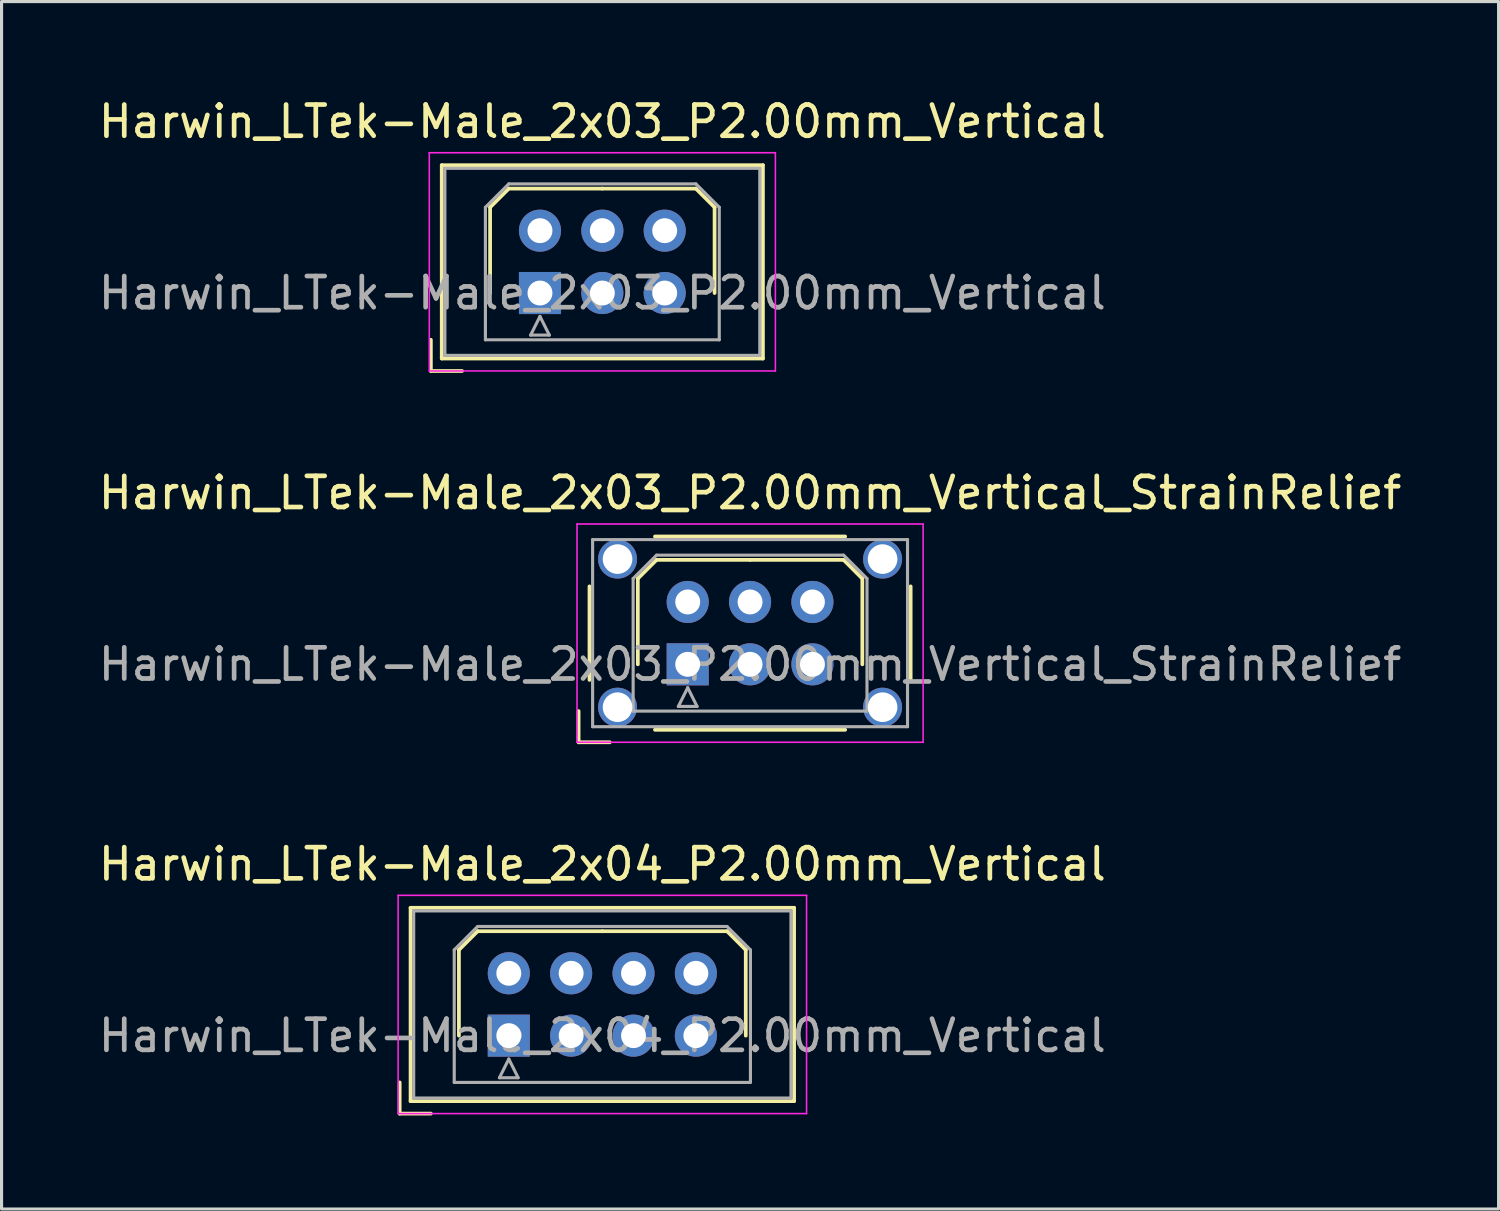
<source format=kicad_pcb>
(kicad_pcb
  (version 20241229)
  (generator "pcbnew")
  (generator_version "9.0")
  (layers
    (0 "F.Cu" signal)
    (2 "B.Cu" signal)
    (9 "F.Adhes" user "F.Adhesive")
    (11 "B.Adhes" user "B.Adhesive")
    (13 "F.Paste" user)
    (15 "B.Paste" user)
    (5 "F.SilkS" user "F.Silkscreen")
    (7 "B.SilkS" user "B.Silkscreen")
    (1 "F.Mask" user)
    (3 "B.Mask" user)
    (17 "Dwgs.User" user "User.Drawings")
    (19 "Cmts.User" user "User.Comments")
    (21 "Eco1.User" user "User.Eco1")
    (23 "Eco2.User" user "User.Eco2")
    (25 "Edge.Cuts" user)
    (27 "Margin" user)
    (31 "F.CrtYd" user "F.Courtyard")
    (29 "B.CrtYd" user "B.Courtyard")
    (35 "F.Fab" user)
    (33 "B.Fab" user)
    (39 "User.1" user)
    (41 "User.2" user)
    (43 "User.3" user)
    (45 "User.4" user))
  (footprint "Harwin_LTek-Male_2x03_P2.00mm_Vertical_StrainRelief"
    (layer "F.Cu")
    (at 19.006 18.256)
    (property "Reference" "Harwin_LTek-Male_2x03_P2.00mm_Vertical_StrainRelief" (at 2 -5.5 0) (layer "F.SilkS") (effects (font (size 1 1) (thickness 0.15))))
    (attr through_hole)
    (fp_line (start -3.5 1.5) (end -3.5 2.5) (stroke (width 0.12) (type solid)) (layer "F.SilkS"))
    (fp_line (start -3.5 2.5) (end -2.5 2.5) (stroke (width 0.12) (type solid)) (layer "F.SilkS"))
    (fp_line (start -3.15 -2.5) (end -3.15 0.5) (stroke (width 0.12) (type solid)) (layer "F.SilkS"))
    (fp_line (start -1.6 -2.75) (end -1 -3.35) (stroke (width 0.12) (type solid)) (layer "F.SilkS"))
    (fp_line (start -1.6 0) (end -1.6 -2.75) (stroke (width 0.12) (type solid)) (layer "F.SilkS"))
    (fp_line (start -1.05 -4.1) (end 5.05 -4.1) (stroke (width 0.12) (type solid)) (layer "F.SilkS"))
    (fp_line (start -1.05 2.1) (end 5.05 2.1) (stroke (width 0.12) (type solid)) (layer "F.SilkS"))
    (fp_line (start -1 -3.35) (end 2 -3.35) (stroke (width 0.12) (type solid)) (layer "F.SilkS"))
    (fp_line (start 5 -3.35) (end 2 -3.35) (stroke (width 0.12) (type solid)) (layer "F.SilkS"))
    (fp_line (start 5.6 -2.75) (end 5 -3.35) (stroke (width 0.12) (type solid)) (layer "F.SilkS"))
    (fp_line (start 5.6 0) (end 5.6 -2.75) (stroke (width 0.12) (type solid)) (layer "F.SilkS"))
    (fp_line (start 7.15 -2.5) (end 7.15 0.5) (stroke (width 0.12) (type solid)) (layer "F.SilkS"))
    (fp_line (start -3.55 -4.5) (end -3.55 2.5) (stroke (width 0.05) (type solid)) (layer "F.CrtYd"))
    (fp_line (start -3.55 2.5) (end 7.55 2.5) (stroke (width 0.05) (type solid)) (layer "F.CrtYd"))
    (fp_line (start 7.55 -4.5) (end -3.55 -4.5) (stroke (width 0.05) (type solid)) (layer "F.CrtYd"))
    (fp_line (start 7.55 2.5) (end 7.55 -4.5) (stroke (width 0.05) (type solid)) (layer "F.CrtYd"))
    (fp_line (start -3.05 -4) (end -3.05 2) (stroke (width 0.1) (type solid)) (layer "F.Fab"))
    (fp_line (start -3.05 2) (end 7.05 2) (stroke (width 0.1) (type solid)) (layer "F.Fab"))
    (fp_line (start -1.75 -2.75) (end -1 -3.5) (stroke (width 0.1) (type solid)) (layer "F.Fab"))
    (fp_line (start -1.75 1.5) (end -1.75 -2.75) (stroke (width 0.1) (type solid)) (layer "F.Fab"))
    (fp_line (start -1 -3.5) (end 5 -3.5) (stroke (width 0.1) (type solid)) (layer "F.Fab"))
    (fp_line (start -0.3 1.35) (end 0.3 1.35) (stroke (width 0.1) (type solid)) (layer "F.Fab"))
    (fp_line (start 0 0.75) (end -0.3 1.35) (stroke (width 0.1) (type solid)) (layer "F.Fab"))
    (fp_line (start 0.3 1.35) (end 0 0.75) (stroke (width 0.1) (type solid)) (layer "F.Fab"))
    (fp_line (start 5 -3.5) (end 5.75 -2.75) (stroke (width 0.1) (type solid)) (layer "F.Fab"))
    (fp_line (start 5.75 -2.75) (end 5.75 1.5) (stroke (width 0.1) (type solid)) (layer "F.Fab"))
    (fp_line (start 5.75 1.5) (end -1.75 1.5) (stroke (width 0.1) (type solid)) (layer "F.Fab"))
    (fp_line (start 7.05 -4) (end -3.05 -4) (stroke (width 0.1) (type solid)) (layer "F.Fab"))
    (fp_line (start 7.05 2) (end 7.05 -4) (stroke (width 0.1) (type solid)) (layer "F.Fab"))
    (fp_text user "${REFERENCE}" (at 2 0 0) (layer "F.Fab") (effects (font (size 1 1) (thickness 0.15))))
    (pad "" thru_hole circle (at -2.25 -3.375) (size 1.25 1.25) (drill 0.95) (layers "*.Cu" "*.Mask"))
    (pad "" thru_hole circle (at -2.25 1.375) (size 1.25 1.25) (drill 0.95) (layers "*.Cu" "*.Mask"))
    (pad "" thru_hole circle (at 6.25 -3.375) (size 1.25 1.25) (drill 0.95) (layers "*.Cu" "*.Mask"))
    (pad "" thru_hole circle (at 6.25 1.375) (size 1.25 1.25) (drill 0.95) (layers "*.Cu" "*.Mask"))
    (pad "1" thru_hole rect (at 0 0) (size 1.35 1.35) (drill 0.8) (layers "*.Cu" "*.Mask"))
    (pad "2" thru_hole circle (at 0 -2) (size 1.35 1.35) (drill 0.8) (layers "*.Cu" "*.Mask"))
    (pad "3" thru_hole circle (at 2 0) (size 1.35 1.35) (drill 0.8) (layers "*.Cu" "*.Mask"))
    (pad "4" thru_hole circle (at 2 -2) (size 1.35 1.35) (drill 0.8) (layers "*.Cu" "*.Mask"))
    (pad "5" thru_hole circle (at 4 0) (size 1.35 1.35) (drill 0.8) (layers "*.Cu" "*.Mask"))
    (pad "6" thru_hole circle (at 4 -2) (size 1.35 1.35) (drill 0.8) (layers "*.Cu" "*.Mask")))
  (footprint "Harwin_LTek-Male_2x04_P2.00mm_Vertical"
    (layer "F.Cu")
    (at 13.268 30.165)
    (property "Reference" "Harwin_LTek-Male_2x04_P2.00mm_Vertical" (at 3 -5.5 0) (layer "F.SilkS") (effects (font (size 1 1) (thickness 0.15))))
    (attr through_hole)
    (fp_line (start -3.5 1.5) (end -3.5 2.5) (stroke (width 0.12) (type solid)) (layer "F.SilkS"))
    (fp_line (start -3.5 2.5) (end -2.5 2.5) (stroke (width 0.12) (type solid)) (layer "F.SilkS"))
    (fp_line (start -3.15 -4.1) (end -3.15 2.1) (stroke (width 0.12) (type solid)) (layer "F.SilkS"))
    (fp_line (start -3.15 2.1) (end 9.15 2.1) (stroke (width 0.12) (type solid)) (layer "F.SilkS"))
    (fp_line (start -1.6 -2.75) (end -1 -3.35) (stroke (width 0.12) (type solid)) (layer "F.SilkS"))
    (fp_line (start -1.6 0) (end -1.6 -2.75) (stroke (width 0.12) (type solid)) (layer "F.SilkS"))
    (fp_line (start -1 -3.35) (end 3 -3.35) (stroke (width 0.12) (type solid)) (layer "F.SilkS"))
    (fp_line (start 7 -3.35) (end 3 -3.35) (stroke (width 0.12) (type solid)) (layer "F.SilkS"))
    (fp_line (start 7.6 -2.75) (end 7 -3.35) (stroke (width 0.12) (type solid)) (layer "F.SilkS"))
    (fp_line (start 7.6 0) (end 7.6 -2.75) (stroke (width 0.12) (type solid)) (layer "F.SilkS"))
    (fp_line (start 9.15 -4.1) (end -3.15 -4.1) (stroke (width 0.12) (type solid)) (layer "F.SilkS"))
    (fp_line (start 9.15 2.1) (end 9.15 -4.1) (stroke (width 0.12) (type solid)) (layer "F.SilkS"))
    (fp_line (start -3.55 -4.5) (end -3.55 2.5) (stroke (width 0.05) (type solid)) (layer "F.CrtYd"))
    (fp_line (start -3.55 2.5) (end 9.55 2.5) (stroke (width 0.05) (type solid)) (layer "F.CrtYd"))
    (fp_line (start 9.55 -4.5) (end -3.55 -4.5) (stroke (width 0.05) (type solid)) (layer "F.CrtYd"))
    (fp_line (start 9.55 2.5) (end 9.55 -4.5) (stroke (width 0.05) (type solid)) (layer "F.CrtYd"))
    (fp_line (start -3.05 -4) (end -3.05 2) (stroke (width 0.1) (type solid)) (layer "F.Fab"))
    (fp_line (start -3.05 2) (end 9.05 2) (stroke (width 0.1) (type solid)) (layer "F.Fab"))
    (fp_line (start -1.75 -2.75) (end -1 -3.5) (stroke (width 0.1) (type solid)) (layer "F.Fab"))
    (fp_line (start -1.75 1.5) (end -1.75 -2.75) (stroke (width 0.1) (type solid)) (layer "F.Fab"))
    (fp_line (start -1 -3.5) (end 7 -3.5) (stroke (width 0.1) (type solid)) (layer "F.Fab"))
    (fp_line (start -0.3 1.35) (end 0.3 1.35) (stroke (width 0.1) (type solid)) (layer "F.Fab"))
    (fp_line (start 0 0.75) (end -0.3 1.35) (stroke (width 0.1) (type solid)) (layer "F.Fab"))
    (fp_line (start 0.3 1.35) (end 0 0.75) (stroke (width 0.1) (type solid)) (layer "F.Fab"))
    (fp_line (start 7 -3.5) (end 7.75 -2.75) (stroke (width 0.1) (type solid)) (layer "F.Fab"))
    (fp_line (start 7.75 -2.75) (end 7.75 1.5) (stroke (width 0.1) (type solid)) (layer "F.Fab"))
    (fp_line (start 7.75 1.5) (end -1.75 1.5) (stroke (width 0.1) (type solid)) (layer "F.Fab"))
    (fp_line (start 9.05 -4) (end -3.05 -4) (stroke (width 0.1) (type solid)) (layer "F.Fab"))
    (fp_line (start 9.05 2) (end 9.05 -4) (stroke (width 0.1) (type solid)) (layer "F.Fab"))
    (fp_text user "${REFERENCE}" (at 3 0 0) (layer "F.Fab") (effects (font (size 1 1) (thickness 0.15))))
    (pad "1" thru_hole rect (at 0 0) (size 1.35 1.35) (drill 0.8) (layers "*.Cu" "*.Mask"))
    (pad "2" thru_hole circle (at 0 -2) (size 1.35 1.35) (drill 0.8) (layers "*.Cu" "*.Mask"))
    (pad "3" thru_hole circle (at 2 0) (size 1.35 1.35) (drill 0.8) (layers "*.Cu" "*.Mask"))
    (pad "4" thru_hole circle (at 2 -2) (size 1.35 1.35) (drill 0.8) (layers "*.Cu" "*.Mask"))
    (pad "5" thru_hole circle (at 4 0) (size 1.35 1.35) (drill 0.8) (layers "*.Cu" "*.Mask"))
    (pad "6" thru_hole circle (at 4 -2) (size 1.35 1.35) (drill 0.8) (layers "*.Cu" "*.Mask"))
    (pad "7" thru_hole circle (at 6 0) (size 1.35 1.35) (drill 0.8) (layers "*.Cu" "*.Mask"))
    (pad "8" thru_hole circle (at 6 -2) (size 1.35 1.35) (drill 0.8) (layers "*.Cu" "*.Mask")))
  (footprint "Harwin_LTek-Male_2x03_P2.00mm_Vertical"
    (layer "F.Cu")
    (at 14.268 6.348)
    (property "Reference" "Harwin_LTek-Male_2x03_P2.00mm_Vertical" (at 2 -5.5 0) (layer "F.SilkS") (effects (font (size 1 1) (thickness 0.15))))
    (attr through_hole)
    (fp_line (start -3.5 1.5) (end -3.5 2.5) (stroke (width 0.12) (type solid)) (layer "F.SilkS"))
    (fp_line (start -3.5 2.5) (end -2.5 2.5) (stroke (width 0.12) (type solid)) (layer "F.SilkS"))
    (fp_line (start -3.15 -4.1) (end -3.15 2.1) (stroke (width 0.12) (type solid)) (layer "F.SilkS"))
    (fp_line (start -3.15 2.1) (end 7.15 2.1) (stroke (width 0.12) (type solid)) (layer "F.SilkS"))
    (fp_line (start -1.6 -2.75) (end -1 -3.35) (stroke (width 0.12) (type solid)) (layer "F.SilkS"))
    (fp_line (start -1.6 0) (end -1.6 -2.75) (stroke (width 0.12) (type solid)) (layer "F.SilkS"))
    (fp_line (start -1 -3.35) (end 2 -3.35) (stroke (width 0.12) (type solid)) (layer "F.SilkS"))
    (fp_line (start 5 -3.35) (end 2 -3.35) (stroke (width 0.12) (type solid)) (layer "F.SilkS"))
    (fp_line (start 5.6 -2.75) (end 5 -3.35) (stroke (width 0.12) (type solid)) (layer "F.SilkS"))
    (fp_line (start 5.6 0) (end 5.6 -2.75) (stroke (width 0.12) (type solid)) (layer "F.SilkS"))
    (fp_line (start 7.15 -4.1) (end -3.15 -4.1) (stroke (width 0.12) (type solid)) (layer "F.SilkS"))
    (fp_line (start 7.15 2.1) (end 7.15 -4.1) (stroke (width 0.12) (type solid)) (layer "F.SilkS"))
    (fp_line (start -3.55 -4.5) (end -3.55 2.5) (stroke (width 0.05) (type solid)) (layer "F.CrtYd"))
    (fp_line (start -3.55 2.5) (end 7.55 2.5) (stroke (width 0.05) (type solid)) (layer "F.CrtYd"))
    (fp_line (start 7.55 -4.5) (end -3.55 -4.5) (stroke (width 0.05) (type solid)) (layer "F.CrtYd"))
    (fp_line (start 7.55 2.5) (end 7.55 -4.5) (stroke (width 0.05) (type solid)) (layer "F.CrtYd"))
    (fp_line (start -3.05 -4) (end -3.05 2) (stroke (width 0.1) (type solid)) (layer "F.Fab"))
    (fp_line (start -3.05 2) (end 7.05 2) (stroke (width 0.1) (type solid)) (layer "F.Fab"))
    (fp_line (start -1.75 -2.75) (end -1 -3.5) (stroke (width 0.1) (type solid)) (layer "F.Fab"))
    (fp_line (start -1.75 1.5) (end -1.75 -2.75) (stroke (width 0.1) (type solid)) (layer "F.Fab"))
    (fp_line (start -1 -3.5) (end 5 -3.5) (stroke (width 0.1) (type solid)) (layer "F.Fab"))
    (fp_line (start -0.3 1.35) (end 0.3 1.35) (stroke (width 0.1) (type solid)) (layer "F.Fab"))
    (fp_line (start 0 0.75) (end -0.3 1.35) (stroke (width 0.1) (type solid)) (layer "F.Fab"))
    (fp_line (start 0.3 1.35) (end 0 0.75) (stroke (width 0.1) (type solid)) (layer "F.Fab"))
    (fp_line (start 5 -3.5) (end 5.75 -2.75) (stroke (width 0.1) (type solid)) (layer "F.Fab"))
    (fp_line (start 5.75 -2.75) (end 5.75 1.5) (stroke (width 0.1) (type solid)) (layer "F.Fab"))
    (fp_line (start 5.75 1.5) (end -1.75 1.5) (stroke (width 0.1) (type solid)) (layer "F.Fab"))
    (fp_line (start 7.05 -4) (end -3.05 -4) (stroke (width 0.1) (type solid)) (layer "F.Fab"))
    (fp_line (start 7.05 2) (end 7.05 -4) (stroke (width 0.1) (type solid)) (layer "F.Fab"))
    (fp_text user "${REFERENCE}" (at 2 0 0) (layer "F.Fab") (effects (font (size 1 1) (thickness 0.15))))
    (pad "1" thru_hole rect (at 0 0) (size 1.35 1.35) (drill 0.8) (layers "*.Cu" "*.Mask"))
    (pad "2" thru_hole circle (at 0 -2) (size 1.35 1.35) (drill 0.8) (layers "*.Cu" "*.Mask"))
    (pad "3" thru_hole circle (at 2 0) (size 1.35 1.35) (drill 0.8) (layers "*.Cu" "*.Mask"))
    (pad "4" thru_hole circle (at 2 -2) (size 1.35 1.35) (drill 0.8) (layers "*.Cu" "*.Mask"))
    (pad "5" thru_hole circle (at 4 0) (size 1.35 1.35) (drill 0.8) (layers "*.Cu" "*.Mask"))
    (pad "6" thru_hole circle (at 4 -2) (size 1.35 1.35) (drill 0.8) (layers "*.Cu" "*.Mask")))
  (gr_rect
    (start -3 -3)
    (end 45.012 35.725)
    (stroke (width 0.1) (type default))
    (fill no)
    (layer "Edge.Cuts")))
</source>
